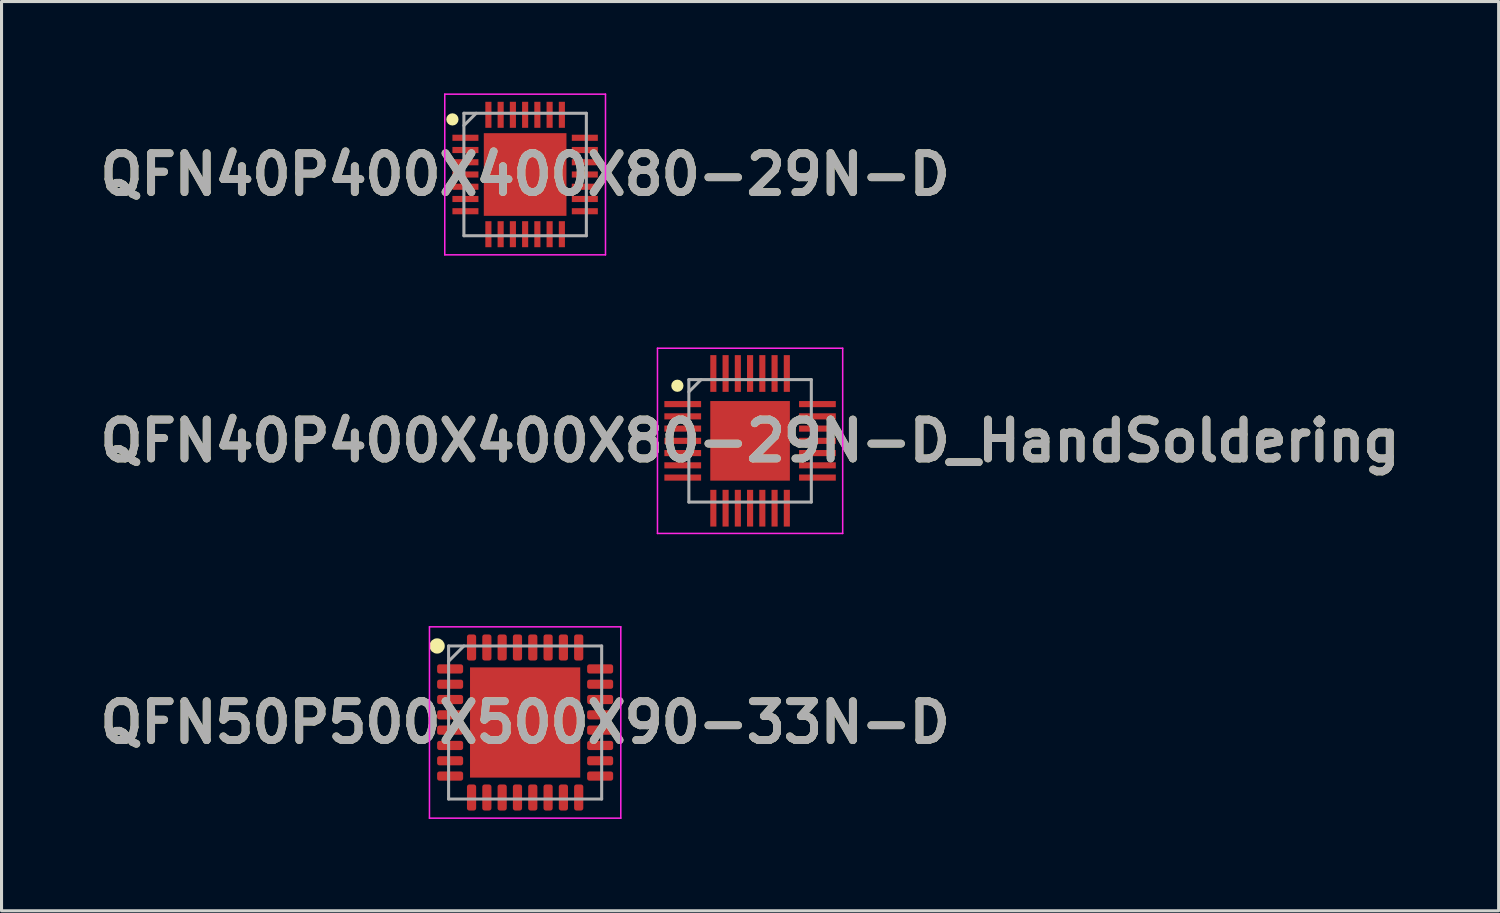
<source format=kicad_pcb>
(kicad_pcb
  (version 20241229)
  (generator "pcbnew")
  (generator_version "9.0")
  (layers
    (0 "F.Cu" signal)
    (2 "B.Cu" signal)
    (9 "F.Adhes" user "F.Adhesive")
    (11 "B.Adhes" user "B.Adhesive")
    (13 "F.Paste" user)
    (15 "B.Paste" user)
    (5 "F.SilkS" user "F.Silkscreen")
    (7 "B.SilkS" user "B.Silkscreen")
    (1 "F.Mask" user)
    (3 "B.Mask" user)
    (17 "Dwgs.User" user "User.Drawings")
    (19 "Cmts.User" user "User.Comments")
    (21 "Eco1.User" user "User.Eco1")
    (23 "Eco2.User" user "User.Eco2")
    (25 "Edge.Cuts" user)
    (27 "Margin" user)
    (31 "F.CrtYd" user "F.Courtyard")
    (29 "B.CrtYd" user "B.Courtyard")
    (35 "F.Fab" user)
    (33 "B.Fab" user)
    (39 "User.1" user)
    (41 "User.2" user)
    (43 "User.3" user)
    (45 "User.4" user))
  (footprint "QFN40P400X400X80-29N-D_HandSoldering"
    (layer "F.Cu")
    (at 21.451 11.35)
    (property "Reference" "QFN40P400X400X80-29N-D_HandSoldering" (at 0 0 0) (layer "F.SilkS") (effects (font (size 1.27 1.27) (thickness 0.254))))
    (attr smd)
    (fp_circle (center -2.375 -1.8) (end -2.375 -1.7) (stroke (width 0.2) (type solid)) (fill no) (layer "F.SilkS"))
    (fp_line (start -3.025 -3.025) (end 3.025 -3.025) (stroke (width 0.05) (type solid)) (layer "F.CrtYd"))
    (fp_line (start -3.025 3.025) (end -3.025 -3.025) (stroke (width 0.05) (type solid)) (layer "F.CrtYd"))
    (fp_line (start 3.025 -3.025) (end 3.025 3.025) (stroke (width 0.05) (type solid)) (layer "F.CrtYd"))
    (fp_line (start 3.025 3.025) (end -3.025 3.025) (stroke (width 0.05) (type solid)) (layer "F.CrtYd"))
    (fp_line (start -2 -2) (end 2 -2) (stroke (width 0.1) (type solid)) (layer "F.Fab"))
    (fp_line (start -2 -1.6) (end -1.6 -2) (stroke (width 0.1) (type solid)) (layer "F.Fab"))
    (fp_line (start -2 2) (end -2 -2) (stroke (width 0.1) (type solid)) (layer "F.Fab"))
    (fp_line (start 2 -2) (end 2 2) (stroke (width 0.1) (type solid)) (layer "F.Fab"))
    (fp_line (start 2 2) (end -2 2) (stroke (width 0.1) (type solid)) (layer "F.Fab"))
    (fp_text user "${REFERENCE}" (at 0 0 0) (layer "F.Fab") (effects (font (size 1.27 1.27) (thickness 0.254))))
    (pad "1" smd rect (at -2.2 -1.2 90) (size 0.2 1.2) (layers "F.Cu" "F.Mask" "F.Paste"))
    (pad "2" smd rect (at -2.2 -0.8 90) (size 0.2 1.2) (layers "F.Cu" "F.Mask" "F.Paste"))
    (pad "3" smd rect (at -2.2 -0.4 90) (size 0.2 1.2) (layers "F.Cu" "F.Mask" "F.Paste"))
    (pad "4" smd rect (at -2.2 0 90) (size 0.2 1.2) (layers "F.Cu" "F.Mask" "F.Paste"))
    (pad "5" smd rect (at -2.2 0.4 90) (size 0.2 1.2) (layers "F.Cu" "F.Mask" "F.Paste"))
    (pad "6" smd rect (at -2.2 0.8 90) (size 0.2 1.2) (layers "F.Cu" "F.Mask" "F.Paste"))
    (pad "7" smd rect (at -2.2 1.2 90) (size 0.2 1.2) (layers "F.Cu" "F.Mask" "F.Paste"))
    (pad "8" smd rect (at -1.2 2.2) (size 0.2 1.2) (layers "F.Cu" "F.Mask" "F.Paste"))
    (pad "9" smd rect (at -0.8 2.2) (size 0.2 1.2) (layers "F.Cu" "F.Mask" "F.Paste"))
    (pad "10" smd rect (at -0.4 2.2) (size 0.2 1.2) (layers "F.Cu" "F.Mask" "F.Paste"))
    (pad "11" smd rect (at 0 2.2) (size 0.2 1.2) (layers "F.Cu" "F.Mask" "F.Paste"))
    (pad "12" smd rect (at 0.4 2.2) (size 0.2 1.2) (layers "F.Cu" "F.Mask" "F.Paste"))
    (pad "13" smd rect (at 0.8 2.2) (size 0.2 1.2) (layers "F.Cu" "F.Mask" "F.Paste"))
    (pad "14" smd rect (at 1.2 2.2) (size 0.2 1.2) (layers "F.Cu" "F.Mask" "F.Paste"))
    (pad "15" smd rect (at 2.2 1.2 90) (size 0.2 1.2) (layers "F.Cu" "F.Mask" "F.Paste"))
    (pad "16" smd rect (at 2.2 0.8 90) (size 0.2 1.2) (layers "F.Cu" "F.Mask" "F.Paste"))
    (pad "17" smd rect (at 2.2 0.4 90) (size 0.2 1.2) (layers "F.Cu" "F.Mask" "F.Paste"))
    (pad "18" smd rect (at 2.2 0 90) (size 0.2 1.2) (layers "F.Cu" "F.Mask" "F.Paste"))
    (pad "19" smd rect (at 2.2 -0.4 90) (size 0.2 1.2) (layers "F.Cu" "F.Mask" "F.Paste"))
    (pad "20" smd rect (at 2.2 -0.8 90) (size 0.2 1.2) (layers "F.Cu" "F.Mask" "F.Paste"))
    (pad "21" smd rect (at 2.2 -1.2 90) (size 0.2 1.2) (layers "F.Cu" "F.Mask" "F.Paste"))
    (pad "22" smd rect (at 1.2 -2.2) (size 0.2 1.2) (layers "F.Cu" "F.Mask" "F.Paste"))
    (pad "23" smd rect (at 0.8 -2.2) (size 0.2 1.2) (layers "F.Cu" "F.Mask" "F.Paste"))
    (pad "24" smd rect (at 0.4 -2.2) (size 0.2 1.2) (layers "F.Cu" "F.Mask" "F.Paste"))
    (pad "25" smd rect (at 0 -2.2) (size 0.2 1.2) (layers "F.Cu" "F.Mask" "F.Paste"))
    (pad "26" smd rect (at -0.4 -2.2) (size 0.2 1.2) (layers "F.Cu" "F.Mask" "F.Paste"))
    (pad "27" smd rect (at -0.8 -2.2) (size 0.2 1.2) (layers "F.Cu" "F.Mask" "F.Paste"))
    (pad "28" smd rect (at -1.2 -2.2) (size 0.2 1.2) (layers "F.Cu" "F.Mask" "F.Paste"))
    (pad "29" smd rect (at 0 0) (size 2.6 2.6) (layers "F.Cu" "F.Mask" "F.Paste")))
  (footprint "QFN40P400X400X80-29N-D"
    (layer "F.Cu")
    (at 14.103 2.65)
    (property "Reference" "QFN40P400X400X80-29N-D" (at 0 0 0) (layer "F.SilkS") (effects (font (size 1.27 1.27) (thickness 0.254))))
    (attr smd)
    (fp_circle (center -2.375 -1.8) (end -2.375 -1.7) (stroke (width 0.2) (type solid)) (fill no) (layer "F.SilkS"))
    (fp_line (start -2.625 -2.625) (end 2.625 -2.625) (stroke (width 0.05) (type solid)) (layer "F.CrtYd"))
    (fp_line (start -2.625 2.625) (end -2.625 -2.625) (stroke (width 0.05) (type solid)) (layer "F.CrtYd"))
    (fp_line (start 2.625 -2.625) (end 2.625 2.625) (stroke (width 0.05) (type solid)) (layer "F.CrtYd"))
    (fp_line (start 2.625 2.625) (end -2.625 2.625) (stroke (width 0.05) (type solid)) (layer "F.CrtYd"))
    (fp_line (start -2 -2) (end 2 -2) (stroke (width 0.1) (type solid)) (layer "F.Fab"))
    (fp_line (start -2 -1.6) (end -1.6 -2) (stroke (width 0.1) (type solid)) (layer "F.Fab"))
    (fp_line (start -2 2) (end -2 -2) (stroke (width 0.1) (type solid)) (layer "F.Fab"))
    (fp_line (start 2 -2) (end 2 2) (stroke (width 0.1) (type solid)) (layer "F.Fab"))
    (fp_line (start 2 2) (end -2 2) (stroke (width 0.1) (type solid)) (layer "F.Fab"))
    (fp_text user "${REFERENCE}" (at 0 0 0) (layer "F.Fab") (effects (font (size 1.27 1.27) (thickness 0.254))))
    (pad "1" smd rect (at -1.95 -1.2 90) (size 0.2 0.85) (layers "F.Cu" "F.Mask" "F.Paste"))
    (pad "2" smd rect (at -1.95 -0.8 90) (size 0.2 0.85) (layers "F.Cu" "F.Mask" "F.Paste"))
    (pad "3" smd rect (at -1.95 -0.4 90) (size 0.2 0.85) (layers "F.Cu" "F.Mask" "F.Paste"))
    (pad "4" smd rect (at -1.95 0 90) (size 0.2 0.85) (layers "F.Cu" "F.Mask" "F.Paste"))
    (pad "5" smd rect (at -1.95 0.4 90) (size 0.2 0.85) (layers "F.Cu" "F.Mask" "F.Paste"))
    (pad "6" smd rect (at -1.95 0.8 90) (size 0.2 0.85) (layers "F.Cu" "F.Mask" "F.Paste"))
    (pad "7" smd rect (at -1.95 1.2 90) (size 0.2 0.85) (layers "F.Cu" "F.Mask" "F.Paste"))
    (pad "8" smd rect (at -1.2 1.95) (size 0.2 0.85) (layers "F.Cu" "F.Mask" "F.Paste"))
    (pad "9" smd rect (at -0.8 1.95) (size 0.2 0.85) (layers "F.Cu" "F.Mask" "F.Paste"))
    (pad "10" smd rect (at -0.4 1.95) (size 0.2 0.85) (layers "F.Cu" "F.Mask" "F.Paste"))
    (pad "11" smd rect (at 0 1.95) (size 0.2 0.85) (layers "F.Cu" "F.Mask" "F.Paste"))
    (pad "12" smd rect (at 0.4 1.95) (size 0.2 0.85) (layers "F.Cu" "F.Mask" "F.Paste"))
    (pad "13" smd rect (at 0.8 1.95) (size 0.2 0.85) (layers "F.Cu" "F.Mask" "F.Paste"))
    (pad "14" smd rect (at 1.2 1.95) (size 0.2 0.85) (layers "F.Cu" "F.Mask" "F.Paste"))
    (pad "15" smd rect (at 1.95 1.2 90) (size 0.2 0.85) (layers "F.Cu" "F.Mask" "F.Paste"))
    (pad "16" smd rect (at 1.95 0.8 90) (size 0.2 0.85) (layers "F.Cu" "F.Mask" "F.Paste"))
    (pad "17" smd rect (at 1.95 0.4 90) (size 0.2 0.85) (layers "F.Cu" "F.Mask" "F.Paste"))
    (pad "18" smd rect (at 1.95 0 90) (size 0.2 0.85) (layers "F.Cu" "F.Mask" "F.Paste"))
    (pad "19" smd rect (at 1.95 -0.4 90) (size 0.2 0.85) (layers "F.Cu" "F.Mask" "F.Paste"))
    (pad "20" smd rect (at 1.95 -0.8 90) (size 0.2 0.85) (layers "F.Cu" "F.Mask" "F.Paste"))
    (pad "21" smd rect (at 1.95 -1.2 90) (size 0.2 0.85) (layers "F.Cu" "F.Mask" "F.Paste"))
    (pad "22" smd rect (at 1.2 -1.95) (size 0.2 0.85) (layers "F.Cu" "F.Mask" "F.Paste"))
    (pad "23" smd rect (at 0.8 -1.95) (size 0.2 0.85) (layers "F.Cu" "F.Mask" "F.Paste"))
    (pad "24" smd rect (at 0.4 -1.95) (size 0.2 0.85) (layers "F.Cu" "F.Mask" "F.Paste"))
    (pad "25" smd rect (at 0 -1.95) (size 0.2 0.85) (layers "F.Cu" "F.Mask" "F.Paste"))
    (pad "26" smd rect (at -0.4 -1.95) (size 0.2 0.85) (layers "F.Cu" "F.Mask" "F.Paste"))
    (pad "27" smd rect (at -0.8 -1.95) (size 0.2 0.85) (layers "F.Cu" "F.Mask" "F.Paste"))
    (pad "28" smd rect (at -1.2 -1.95) (size 0.2 0.85) (layers "F.Cu" "F.Mask" "F.Paste"))
    (pad "29" smd rect (at 0 0) (size 2.7 2.7) (layers "F.Cu" "F.Mask" "F.Paste")))
  (footprint "QFN50P500X500X90-33N-D"
    (layer "F.Cu")
    (at 14.103 20.55)
    (property "Reference" "QFN50P500X500X90-33N-D" (at 0 0 0) (layer "F.SilkS") (effects (font (size 1.27 1.27) (thickness 0.254))))
    (attr smd)
    (fp_circle (center -2.875 -2.5) (end -2.875 -2.375) (stroke (width 0.25) (type solid)) (fill no) (layer "F.SilkS"))
    (fp_line (start -3.125 -3.125) (end 3.125 -3.125) (stroke (width 0.05) (type solid)) (layer "F.CrtYd"))
    (fp_line (start -3.125 3.125) (end -3.125 -3.125) (stroke (width 0.05) (type solid)) (layer "F.CrtYd"))
    (fp_line (start 3.125 -3.125) (end 3.125 3.125) (stroke (width 0.05) (type solid)) (layer "F.CrtYd"))
    (fp_line (start 3.125 3.125) (end -3.125 3.125) (stroke (width 0.05) (type solid)) (layer "F.CrtYd"))
    (fp_line (start -2.5 -2.5) (end 2.5 -2.5) (stroke (width 0.1) (type solid)) (layer "F.Fab"))
    (fp_line (start -2.5 -2) (end -2 -2.5) (stroke (width 0.1) (type solid)) (layer "F.Fab"))
    (fp_line (start -2.5 2.5) (end -2.5 -2.5) (stroke (width 0.1) (type solid)) (layer "F.Fab"))
    (fp_line (start 2.5 -2.5) (end 2.5 2.5) (stroke (width 0.1) (type solid)) (layer "F.Fab"))
    (fp_line (start 2.5 2.5) (end -2.5 2.5) (stroke (width 0.1) (type solid)) (layer "F.Fab"))
    (fp_text user "${REFERENCE}" (at 0 0 0) (layer "F.Fab") (effects (font (size 1.27 1.27) (thickness 0.254))))
    (pad "1" smd roundrect (at -2.45 -1.75 90) (size 0.3 0.85) (layers "F.Cu" "F.Mask" "F.Paste") (roundrect_rratio 0.25))
    (pad "2" smd roundrect (at -2.45 -1.25 90) (size 0.3 0.85) (layers "F.Cu" "F.Mask" "F.Paste") (roundrect_rratio 0.25))
    (pad "3" smd roundrect (at -2.45 -0.75 90) (size 0.3 0.85) (layers "F.Cu" "F.Mask" "F.Paste") (roundrect_rratio 0.25))
    (pad "4" smd roundrect (at -2.45 -0.25 90) (size 0.3 0.85) (layers "F.Cu" "F.Mask" "F.Paste") (roundrect_rratio 0.25))
    (pad "5" smd roundrect (at -2.45 0.25 90) (size 0.3 0.85) (layers "F.Cu" "F.Mask" "F.Paste") (roundrect_rratio 0.25))
    (pad "6" smd roundrect (at -2.45 0.75 90) (size 0.3 0.85) (layers "F.Cu" "F.Mask" "F.Paste") (roundrect_rratio 0.25))
    (pad "7" smd roundrect (at -2.45 1.25 90) (size 0.3 0.85) (layers "F.Cu" "F.Mask" "F.Paste") (roundrect_rratio 0.25))
    (pad "8" smd roundrect (at -2.45 1.75 90) (size 0.3 0.85) (layers "F.Cu" "F.Mask" "F.Paste") (roundrect_rratio 0.25))
    (pad "9" smd roundrect (at -1.75 2.45) (size 0.3 0.85) (layers "F.Cu" "F.Mask" "F.Paste") (roundrect_rratio 0.25))
    (pad "10" smd roundrect (at -1.25 2.45) (size 0.3 0.85) (layers "F.Cu" "F.Mask" "F.Paste") (roundrect_rratio 0.25))
    (pad "11" smd roundrect (at -0.75 2.45) (size 0.3 0.85) (layers "F.Cu" "F.Mask" "F.Paste") (roundrect_rratio 0.25))
    (pad "12" smd roundrect (at -0.25 2.45) (size 0.3 0.85) (layers "F.Cu" "F.Mask" "F.Paste") (roundrect_rratio 0.25))
    (pad "13" smd roundrect (at 0.25 2.45) (size 0.3 0.85) (layers "F.Cu" "F.Mask" "F.Paste") (roundrect_rratio 0.25))
    (pad "14" smd roundrect (at 0.75 2.45) (size 0.3 0.85) (layers "F.Cu" "F.Mask" "F.Paste") (roundrect_rratio 0.25))
    (pad "15" smd roundrect (at 1.25 2.45) (size 0.3 0.85) (layers "F.Cu" "F.Mask" "F.Paste") (roundrect_rratio 0.25))
    (pad "16" smd roundrect (at 1.75 2.45) (size 0.3 0.85) (layers "F.Cu" "F.Mask" "F.Paste") (roundrect_rratio 0.25))
    (pad "17" smd roundrect (at 2.45 1.75 90) (size 0.3 0.85) (layers "F.Cu" "F.Mask" "F.Paste") (roundrect_rratio 0.25))
    (pad "18" smd roundrect (at 2.45 1.25 90) (size 0.3 0.85) (layers "F.Cu" "F.Mask" "F.Paste") (roundrect_rratio 0.25))
    (pad "19" smd roundrect (at 2.45 0.75 90) (size 0.3 0.85) (layers "F.Cu" "F.Mask" "F.Paste") (roundrect_rratio 0.25))
    (pad "20" smd roundrect (at 2.45 0.25 90) (size 0.3 0.85) (layers "F.Cu" "F.Mask" "F.Paste") (roundrect_rratio 0.25))
    (pad "21" smd roundrect (at 2.45 -0.25 90) (size 0.3 0.85) (layers "F.Cu" "F.Mask" "F.Paste") (roundrect_rratio 0.25))
    (pad "22" smd roundrect (at 2.45 -0.75 90) (size 0.3 0.85) (layers "F.Cu" "F.Mask" "F.Paste") (roundrect_rratio 0.25))
    (pad "23" smd roundrect (at 2.45 -1.25 90) (size 0.3 0.85) (layers "F.Cu" "F.Mask" "F.Paste") (roundrect_rratio 0.25))
    (pad "24" smd roundrect (at 2.45 -1.75 90) (size 0.3 0.85) (layers "F.Cu" "F.Mask" "F.Paste") (roundrect_rratio 0.25))
    (pad "25" smd roundrect (at 1.75 -2.45) (size 0.3 0.85) (layers "F.Cu" "F.Mask" "F.Paste") (roundrect_rratio 0.25))
    (pad "26" smd roundrect (at 1.25 -2.45) (size 0.3 0.85) (layers "F.Cu" "F.Mask" "F.Paste") (roundrect_rratio 0.25))
    (pad "27" smd roundrect (at 0.75 -2.45) (size 0.3 0.85) (layers "F.Cu" "F.Mask" "F.Paste") (roundrect_rratio 0.25))
    (pad "28" smd roundrect (at 0.25 -2.45) (size 0.3 0.85) (layers "F.Cu" "F.Mask" "F.Paste") (roundrect_rratio 0.25))
    (pad "29" smd roundrect (at -0.25 -2.45) (size 0.3 0.85) (layers "F.Cu" "F.Mask" "F.Paste") (roundrect_rratio 0.25))
    (pad "30" smd roundrect (at -0.75 -2.45) (size 0.3 0.85) (layers "F.Cu" "F.Mask" "F.Paste") (roundrect_rratio 0.25))
    (pad "31" smd roundrect (at -1.25 -2.45) (size 0.3 0.85) (layers "F.Cu" "F.Mask" "F.Paste") (roundrect_rratio 0.25))
    (pad "32" smd roundrect (at -1.75 -2.45) (size 0.3 0.85) (layers "F.Cu" "F.Mask" "F.Paste") (roundrect_rratio 0.25))
    (pad "33" smd rect (at 0 0) (size 3.6 3.6) (layers "F.Cu" "F.Mask" "F.Paste")))
  (gr_rect
    (start -3 -3)
    (end 45.902 26.7)
    (stroke (width 0.1) (type default))
    (fill no)
    (layer "Edge.Cuts")))
</source>
